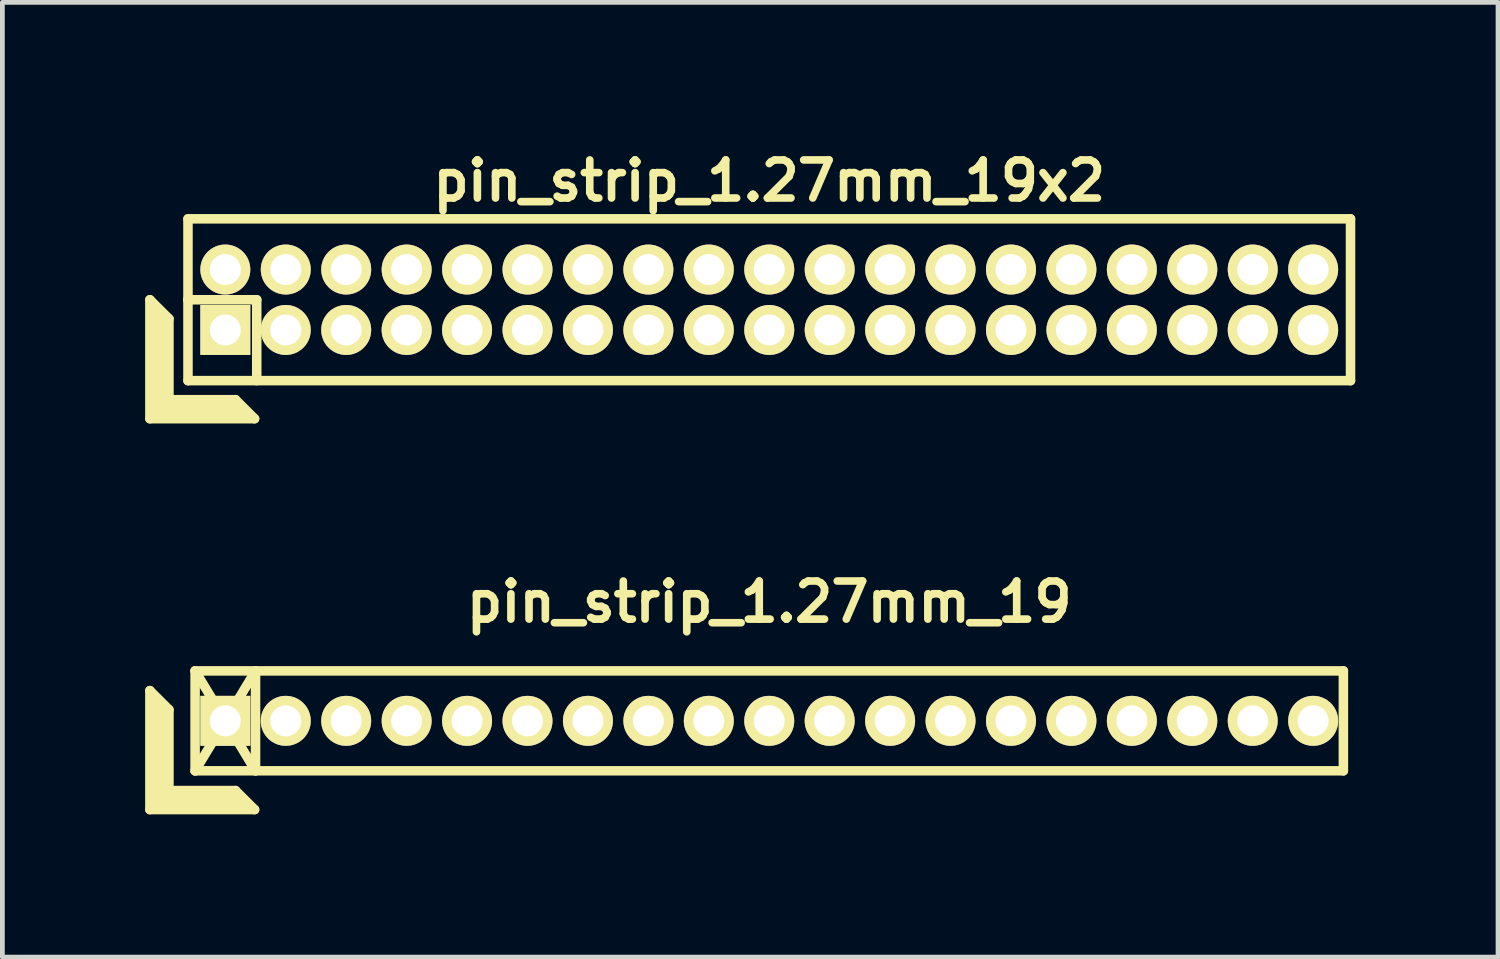
<source format=kicad_pcb>
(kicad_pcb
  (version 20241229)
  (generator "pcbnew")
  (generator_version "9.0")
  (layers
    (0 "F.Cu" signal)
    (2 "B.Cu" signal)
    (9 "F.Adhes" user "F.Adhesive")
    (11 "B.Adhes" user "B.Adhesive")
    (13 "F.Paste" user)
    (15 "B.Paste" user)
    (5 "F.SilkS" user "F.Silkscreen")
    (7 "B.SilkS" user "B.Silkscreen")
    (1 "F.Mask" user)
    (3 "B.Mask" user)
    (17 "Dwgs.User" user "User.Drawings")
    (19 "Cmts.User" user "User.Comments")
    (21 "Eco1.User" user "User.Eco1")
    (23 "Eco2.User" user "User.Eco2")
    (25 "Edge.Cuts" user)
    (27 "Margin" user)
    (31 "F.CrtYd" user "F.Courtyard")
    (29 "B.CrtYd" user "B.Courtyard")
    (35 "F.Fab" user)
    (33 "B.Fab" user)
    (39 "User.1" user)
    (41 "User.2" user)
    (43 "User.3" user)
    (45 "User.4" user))
  (footprint "pin_strip_1.27mm_19x2"
    (layer "F.Cu")
    (at 13.115 3.249)
    (property "Reference" "pin_strip_1.27mm_19x2" (at 0 -2.5 0) (layer "F.SilkS") (effects (font (size 0.8 0.8) (thickness 0.16))))
    (attr through_hole)
    (fp_line (start -13.015 0) (end -13.015 2.5) (stroke (width 0.2) (type solid)) (layer "F.SilkS"))
    (fp_line (start -13.015 0) (end -12.615 0.4) (stroke (width 0.2) (type solid)) (layer "F.SilkS"))
    (fp_line (start -13.015 2.5) (end -10.815 2.5) (stroke (width 0.2) (type solid)) (layer "F.SilkS"))
    (fp_line (start -12.915 2.4) (end -12.915 0.2) (stroke (width 0.2) (type solid)) (layer "F.SilkS"))
    (fp_line (start -12.915 2.4) (end -11.015 2.4) (stroke (width 0.2) (type solid)) (layer "F.SilkS"))
    (fp_line (start -12.815 2.3) (end -12.815 0.3) (stroke (width 0.2) (type solid)) (layer "F.SilkS"))
    (fp_line (start -12.815 2.3) (end -11.115 2.3) (stroke (width 0.2) (type solid)) (layer "F.SilkS"))
    (fp_line (start -12.715 2.2) (end -12.715 0.4) (stroke (width 0.2) (type solid)) (layer "F.SilkS"))
    (fp_line (start -12.715 2.2) (end -11.215 2.2) (stroke (width 0.2) (type solid)) (layer "F.SilkS"))
    (fp_line (start -12.615 2.1) (end -12.615 0.4) (stroke (width 0.2) (type solid)) (layer "F.SilkS"))
    (fp_line (start -12.615 2.1) (end -11.215 2.1) (stroke (width 0.2) (type solid)) (layer "F.SilkS"))
    (fp_line (start -12.22 0) (end -10.77 0) (stroke (width 0.2) (type solid)) (layer "F.SilkS"))
    (fp_line (start -12.215 -1.7) (end 12.215 -1.7) (stroke (width 0.2) (type solid)) (layer "F.SilkS"))
    (fp_line (start -12.215 1.7) (end -12.215 -1.7) (stroke (width 0.2) (type solid)) (layer "F.SilkS"))
    (fp_line (start -11.215 2.1) (end -10.815 2.5) (stroke (width 0.2) (type solid)) (layer "F.SilkS"))
    (fp_line (start -10.77 0) (end -10.77 1.7) (stroke (width 0.2) (type solid)) (layer "F.SilkS"))
    (fp_line (start 12.215 -1.7) (end 12.215 1.7) (stroke (width 0.2) (type solid)) (layer "F.SilkS"))
    (fp_line (start 12.215 1.7) (end -12.215 1.7) (stroke (width 0.2) (type solid)) (layer "F.SilkS"))
    (pad "1" thru_hole rect (at -11.43 0.635) (size 1.05 1.05) (drill 0.65) (layers "*.Cu" "*.Mask" "F.SilkS"))
    (pad "2" thru_hole oval (at -11.43 -0.635) (size 1.05 1.05) (drill 0.65) (layers "*.Cu" "*.Mask" "F.SilkS"))
    (pad "3" thru_hole oval (at -10.16 0.635) (size 1.05 1.05) (drill 0.65) (layers "*.Cu" "*.Mask" "F.SilkS"))
    (pad "4" thru_hole oval (at -10.16 -0.635) (size 1.05 1.05) (drill 0.65) (layers "*.Cu" "*.Mask" "F.SilkS"))
    (pad "5" thru_hole oval (at -8.89 0.635) (size 1.05 1.05) (drill 0.65) (layers "*.Cu" "*.Mask" "F.SilkS"))
    (pad "6" thru_hole oval (at -8.89 -0.635) (size 1.05 1.05) (drill 0.65) (layers "*.Cu" "*.Mask" "F.SilkS"))
    (pad "7" thru_hole oval (at -7.62 0.635) (size 1.05 1.05) (drill 0.65) (layers "*.Cu" "*.Mask" "F.SilkS"))
    (pad "8" thru_hole oval (at -7.62 -0.635) (size 1.05 1.05) (drill 0.65) (layers "*.Cu" "*.Mask" "F.SilkS"))
    (pad "9" thru_hole oval (at -6.35 0.635) (size 1.05 1.05) (drill 0.65) (layers "*.Cu" "*.Mask" "F.SilkS"))
    (pad "10" thru_hole oval (at -6.35 -0.635) (size 1.05 1.05) (drill 0.65) (layers "*.Cu" "*.Mask" "F.SilkS"))
    (pad "11" thru_hole oval (at -5.08 0.635) (size 1.05 1.05) (drill 0.65) (layers "*.Cu" "*.Mask" "F.SilkS"))
    (pad "12" thru_hole oval (at -5.08 -0.635) (size 1.05 1.05) (drill 0.65) (layers "*.Cu" "*.Mask" "F.SilkS"))
    (pad "13" thru_hole oval (at -3.81 0.635) (size 1.05 1.05) (drill 0.65) (layers "*.Cu" "*.Mask" "F.SilkS"))
    (pad "14" thru_hole oval (at -3.81 -0.635) (size 1.05 1.05) (drill 0.65) (layers "*.Cu" "*.Mask" "F.SilkS"))
    (pad "15" thru_hole oval (at -2.54 0.635) (size 1.05 1.05) (drill 0.65) (layers "*.Cu" "*.Mask" "F.SilkS"))
    (pad "16" thru_hole oval (at -2.54 -0.635) (size 1.05 1.05) (drill 0.65) (layers "*.Cu" "*.Mask" "F.SilkS"))
    (pad "17" thru_hole oval (at -1.27 0.635) (size 1.05 1.05) (drill 0.65) (layers "*.Cu" "*.Mask" "F.SilkS"))
    (pad "18" thru_hole oval (at -1.27 -0.635) (size 1.05 1.05) (drill 0.65) (layers "*.Cu" "*.Mask" "F.SilkS"))
    (pad "19" thru_hole oval (at 0 0.635) (size 1.05 1.05) (drill 0.65) (layers "*.Cu" "*.Mask" "F.SilkS"))
    (pad "20" thru_hole oval (at 0 -0.635) (size 1.05 1.05) (drill 0.65) (layers "*.Cu" "*.Mask" "F.SilkS"))
    (pad "21" thru_hole oval (at 1.27 0.635) (size 1.05 1.05) (drill 0.65) (layers "*.Cu" "*.Mask" "F.SilkS"))
    (pad "22" thru_hole oval (at 1.27 -0.635) (size 1.05 1.05) (drill 0.65) (layers "*.Cu" "*.Mask" "F.SilkS"))
    (pad "23" thru_hole oval (at 2.54 0.635) (size 1.05 1.05) (drill 0.65) (layers "*.Cu" "*.Mask" "F.SilkS"))
    (pad "24" thru_hole oval (at 2.54 -0.635) (size 1.05 1.05) (drill 0.65) (layers "*.Cu" "*.Mask" "F.SilkS"))
    (pad "25" thru_hole oval (at 3.81 0.635) (size 1.05 1.05) (drill 0.65) (layers "*.Cu" "*.Mask" "F.SilkS"))
    (pad "26" thru_hole oval (at 3.81 -0.635) (size 1.05 1.05) (drill 0.65) (layers "*.Cu" "*.Mask" "F.SilkS"))
    (pad "27" thru_hole oval (at 5.08 0.635) (size 1.05 1.05) (drill 0.65) (layers "*.Cu" "*.Mask" "F.SilkS"))
    (pad "28" thru_hole oval (at 5.08 -0.635) (size 1.05 1.05) (drill 0.65) (layers "*.Cu" "*.Mask" "F.SilkS"))
    (pad "29" thru_hole oval (at 6.35 0.635) (size 1.05 1.05) (drill 0.65) (layers "*.Cu" "*.Mask" "F.SilkS"))
    (pad "30" thru_hole oval (at 6.35 -0.635) (size 1.05 1.05) (drill 0.65) (layers "*.Cu" "*.Mask" "F.SilkS"))
    (pad "31" thru_hole oval (at 7.62 0.635) (size 1.05 1.05) (drill 0.65) (layers "*.Cu" "*.Mask" "F.SilkS"))
    (pad "32" thru_hole oval (at 7.62 -0.635) (size 1.05 1.05) (drill 0.65) (layers "*.Cu" "*.Mask" "F.SilkS"))
    (pad "33" thru_hole oval (at 8.89 0.635) (size 1.05 1.05) (drill 0.65) (layers "*.Cu" "*.Mask" "F.SilkS"))
    (pad "34" thru_hole oval (at 8.89 -0.635) (size 1.05 1.05) (drill 0.65) (layers "*.Cu" "*.Mask" "F.SilkS"))
    (pad "35" thru_hole oval (at 10.16 0.635) (size 1.05 1.05) (drill 0.65) (layers "*.Cu" "*.Mask" "F.SilkS"))
    (pad "36" thru_hole oval (at 10.16 -0.635) (size 1.05 1.05) (drill 0.65) (layers "*.Cu" "*.Mask" "F.SilkS"))
    (pad "37" thru_hole oval (at 11.43 0.635) (size 1.05 1.05) (drill 0.65) (layers "*.Cu" "*.Mask" "F.SilkS"))
    (pad "38" thru_hole oval (at 11.43 -0.635) (size 1.05 1.05) (drill 0.65) (layers "*.Cu" "*.Mask" "F.SilkS")))
  (footprint "pin_strip_1.27mm_19"
    (layer "F.Cu")
    (at 13.115 12.098)
    (property "Reference" "pin_strip_1.27mm_19" (at 0 -2.5 0) (layer "F.SilkS") (effects (font (size 0.8 0.8) (thickness 0.16))))
    (attr through_hole)
    (fp_line (start -13.015 -0.635) (end -13.015 1.865) (stroke (width 0.2) (type solid)) (layer "F.SilkS"))
    (fp_line (start -13.015 -0.635) (end -12.615 -0.235) (stroke (width 0.2) (type solid)) (layer "F.SilkS"))
    (fp_line (start -13.015 1.865) (end -10.815 1.865) (stroke (width 0.2) (type solid)) (layer "F.SilkS"))
    (fp_line (start -12.915 1.765) (end -12.915 -0.435) (stroke (width 0.2) (type solid)) (layer "F.SilkS"))
    (fp_line (start -12.915 1.765) (end -11.015 1.765) (stroke (width 0.2) (type solid)) (layer "F.SilkS"))
    (fp_line (start -12.815 1.665) (end -12.815 -0.335) (stroke (width 0.2) (type solid)) (layer "F.SilkS"))
    (fp_line (start -12.815 1.665) (end -11.115 1.665) (stroke (width 0.2) (type solid)) (layer "F.SilkS"))
    (fp_line (start -12.715 1.565) (end -12.715 -0.235) (stroke (width 0.2) (type solid)) (layer "F.SilkS"))
    (fp_line (start -12.715 1.565) (end -11.215 1.565) (stroke (width 0.2) (type solid)) (layer "F.SilkS"))
    (fp_line (start -12.615 1.465) (end -12.615 -0.235) (stroke (width 0.2) (type solid)) (layer "F.SilkS"))
    (fp_line (start -12.615 1.465) (end -11.215 1.465) (stroke (width 0.2) (type solid)) (layer "F.SilkS"))
    (fp_line (start -12.065 -1.05) (end -10.795 1.05) (stroke (width 0.2) (type solid)) (layer "F.SilkS"))
    (fp_line (start -12.065 -1.05) (end 12.065 -1.05) (stroke (width 0.2) (type solid)) (layer "F.SilkS"))
    (fp_line (start -12.065 1.05) (end -12.065 -1.05) (stroke (width 0.2) (type solid)) (layer "F.SilkS"))
    (fp_line (start -12.065 1.05) (end -10.795 -1.05) (stroke (width 0.2) (type solid)) (layer "F.SilkS"))
    (fp_line (start -11.215 1.465) (end -10.815 1.865) (stroke (width 0.2) (type solid)) (layer "F.SilkS"))
    (fp_line (start -10.795 -1.05) (end -10.795 1.05) (stroke (width 0.2) (type solid)) (layer "F.SilkS"))
    (fp_line (start 12.065 -1.05) (end 12.065 1.05) (stroke (width 0.2) (type solid)) (layer "F.SilkS"))
    (fp_line (start 12.065 1.05) (end -12.065 1.05) (stroke (width 0.2) (type solid)) (layer "F.SilkS"))
    (pad "1" thru_hole rect (at -11.43 0) (size 1.05 1.05) (drill 0.65) (layers "*.Cu" "*.Mask" "F.SilkS"))
    (pad "2" thru_hole oval (at -10.16 0) (size 1.05 1.05) (drill 0.65) (layers "*.Cu" "*.Mask" "F.SilkS"))
    (pad "3" thru_hole oval (at -8.89 0) (size 1.05 1.05) (drill 0.65) (layers "*.Cu" "*.Mask" "F.SilkS"))
    (pad "4" thru_hole oval (at -7.62 0) (size 1.05 1.05) (drill 0.65) (layers "*.Cu" "*.Mask" "F.SilkS"))
    (pad "5" thru_hole oval (at -6.35 0) (size 1.05 1.05) (drill 0.65) (layers "*.Cu" "*.Mask" "F.SilkS"))
    (pad "6" thru_hole oval (at -5.08 0) (size 1.05 1.05) (drill 0.65) (layers "*.Cu" "*.Mask" "F.SilkS"))
    (pad "7" thru_hole oval (at -3.81 0) (size 1.05 1.05) (drill 0.65) (layers "*.Cu" "*.Mask" "F.SilkS"))
    (pad "8" thru_hole oval (at -2.54 0) (size 1.05 1.05) (drill 0.65) (layers "*.Cu" "*.Mask" "F.SilkS"))
    (pad "9" thru_hole oval (at -1.27 0) (size 1.05 1.05) (drill 0.65) (layers "*.Cu" "*.Mask" "F.SilkS"))
    (pad "10" thru_hole oval (at 0 0) (size 1.05 1.05) (drill 0.65) (layers "*.Cu" "*.Mask" "F.SilkS"))
    (pad "11" thru_hole oval (at 1.27 0) (size 1.05 1.05) (drill 0.65) (layers "*.Cu" "*.Mask" "F.SilkS"))
    (pad "12" thru_hole oval (at 2.54 0) (size 1.05 1.05) (drill 0.65) (layers "*.Cu" "*.Mask" "F.SilkS"))
    (pad "13" thru_hole oval (at 3.81 0) (size 1.05 1.05) (drill 0.65) (layers "*.Cu" "*.Mask" "F.SilkS"))
    (pad "14" thru_hole oval (at 5.08 0) (size 1.05 1.05) (drill 0.65) (layers "*.Cu" "*.Mask" "F.SilkS"))
    (pad "15" thru_hole oval (at 6.35 0) (size 1.05 1.05) (drill 0.65) (layers "*.Cu" "*.Mask" "F.SilkS"))
    (pad "16" thru_hole oval (at 7.62 0) (size 1.05 1.05) (drill 0.65) (layers "*.Cu" "*.Mask" "F.SilkS"))
    (pad "17" thru_hole oval (at 8.89 0) (size 1.05 1.05) (drill 0.65) (layers "*.Cu" "*.Mask" "F.SilkS"))
    (pad "18" thru_hole oval (at 10.16 0) (size 1.05 1.05) (drill 0.65) (layers "*.Cu" "*.Mask" "F.SilkS"))
    (pad "19" thru_hole oval (at 11.43 0) (size 1.05 1.05) (drill 0.65) (layers "*.Cu" "*.Mask" "F.SilkS")))
  (gr_rect
    (start -3 -3)
    (end 28.43 17.063)
    (stroke (width 0.1) (type default))
    (fill no)
    (layer "Edge.Cuts")))
</source>
